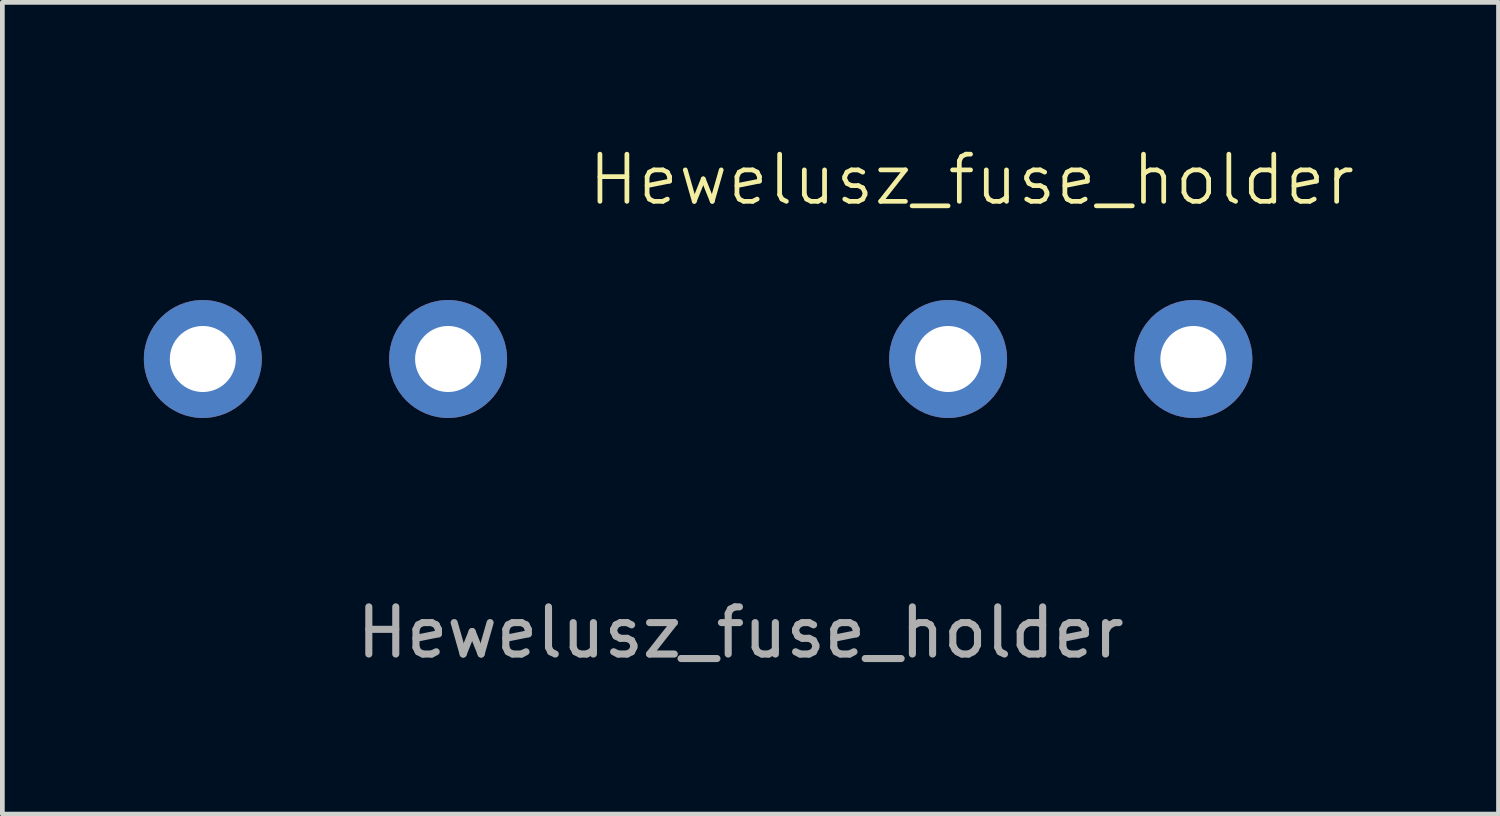
<source format=kicad_pcb>
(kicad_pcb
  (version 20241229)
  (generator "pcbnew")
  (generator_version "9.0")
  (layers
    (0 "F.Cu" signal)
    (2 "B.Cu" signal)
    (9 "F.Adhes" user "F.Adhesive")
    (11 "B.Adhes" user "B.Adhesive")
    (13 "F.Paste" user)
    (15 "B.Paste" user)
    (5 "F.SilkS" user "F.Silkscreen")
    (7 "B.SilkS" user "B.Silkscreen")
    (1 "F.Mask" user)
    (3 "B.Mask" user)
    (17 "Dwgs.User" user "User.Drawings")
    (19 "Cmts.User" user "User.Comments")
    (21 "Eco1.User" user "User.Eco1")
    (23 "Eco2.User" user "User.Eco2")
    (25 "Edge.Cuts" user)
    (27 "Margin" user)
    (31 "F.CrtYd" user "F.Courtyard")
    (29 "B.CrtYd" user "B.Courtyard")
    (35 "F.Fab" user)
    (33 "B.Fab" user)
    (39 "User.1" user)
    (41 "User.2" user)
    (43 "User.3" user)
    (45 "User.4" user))
  (footprint "Hewelusz_fuse_holder"
    (layer "F.Cu")
    (at 14.05 4.561)
    (property "Reference" "Hewelusz_fuse_holder" (at 3.5 -3.8 0) (unlocked yes) (layer "F.SilkS") (effects (font (size 1 1) (thickness 0.1))))
    (attr through_hole)
    (fp_text user "${REFERENCE}" (at -1.4 5.8 0) (unlocked yes) (layer "F.Fab") (effects (font (size 1 1) (thickness 0.15))))
    (pad "1" thru_hole circle (at -12.8 0) (size 2.5 2.5) (drill 1.4) (layers "*.Cu" "*.Mask"))
    (pad "1" thru_hole circle (at -7.6 0) (size 2.5 2.5) (drill 1.4) (layers "*.Cu" "*.Mask"))
    (pad "2" thru_hole circle (at 3 0) (size 2.5 2.5) (drill 1.4) (layers "*.Cu" "*.Mask"))
    (pad "2" thru_hole circle (at 8.2 0) (size 2.5 2.5) (drill 1.4) (layers "*.Cu" "*.Mask")))
  (gr_rect
    (start -3 -3)
    (end 28.719 14.209)
    (stroke (width 0.1) (type default))
    (fill no)
    (layer "Edge.Cuts")))
</source>
